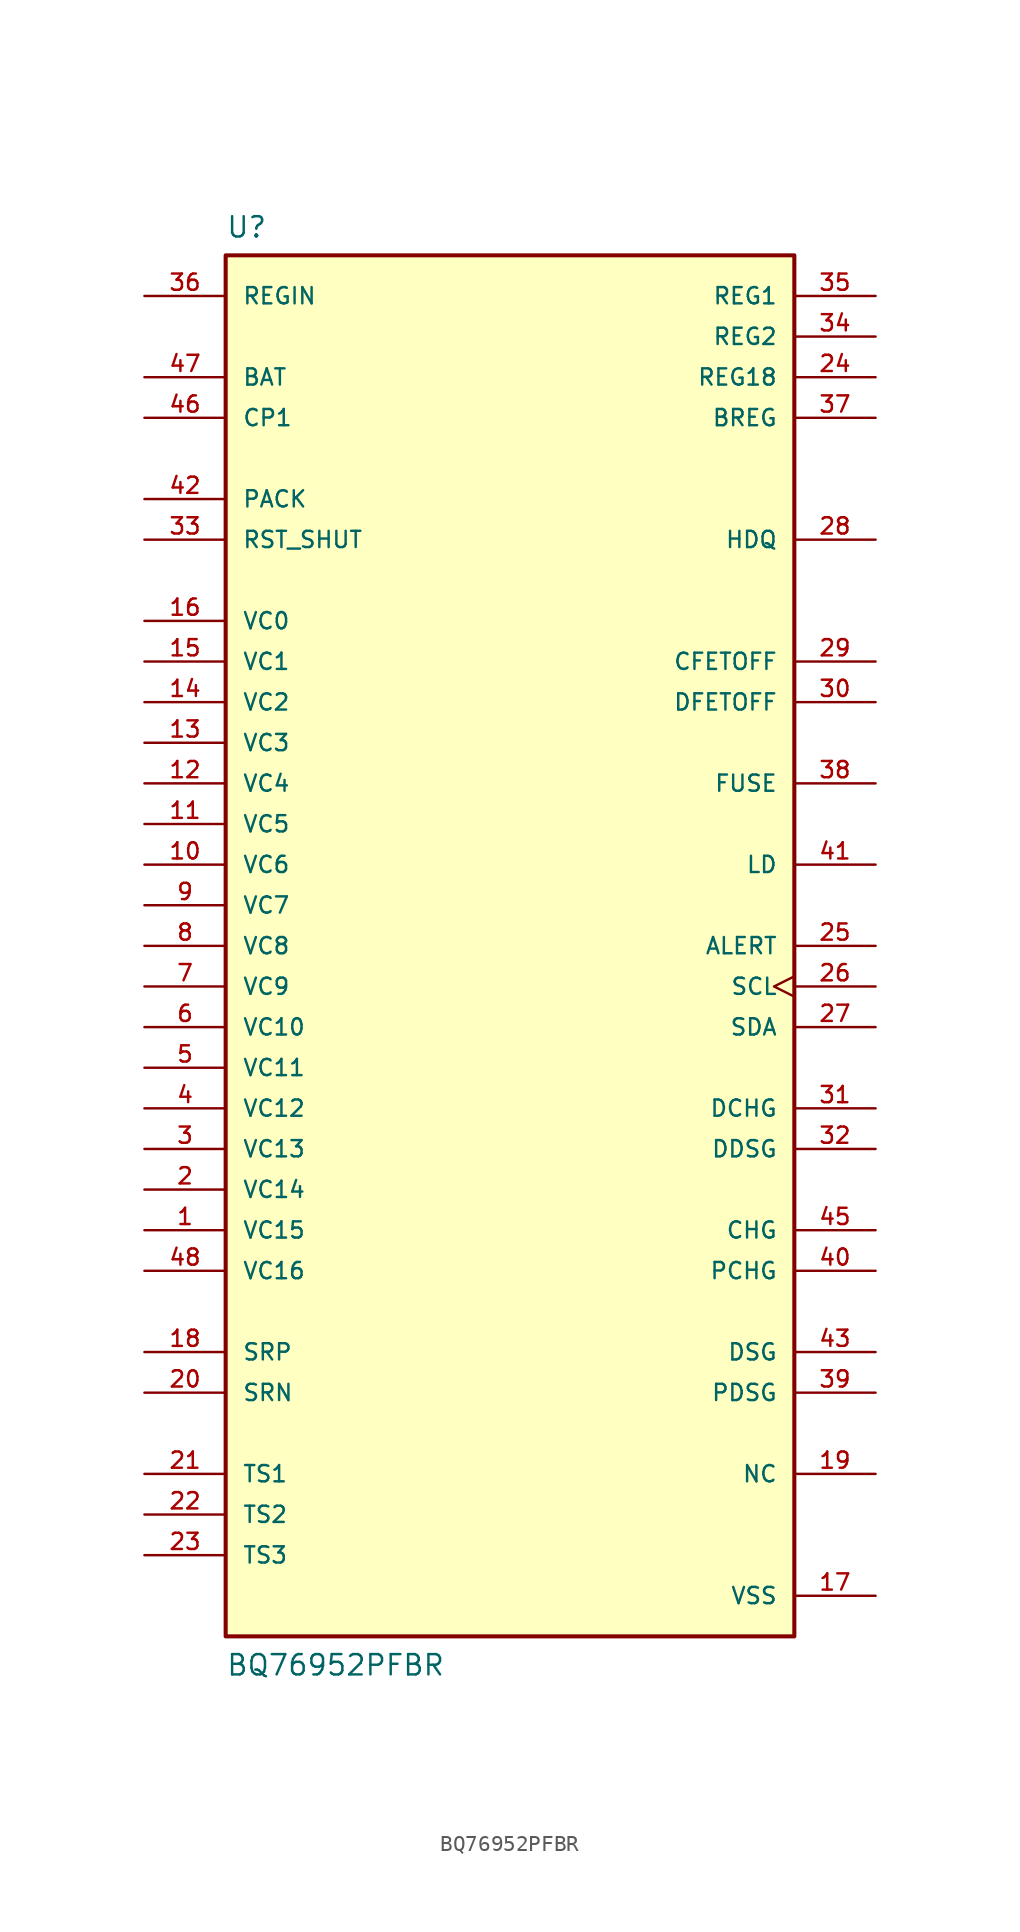
<source format=kicad_sym>
(kicad_symbol_lib
  (version 20241209)
  (generator "kicad_symbol_editor")
  (generator_version "9.0")
  (symbol "BQ76952PFBR"
    (pin_names
      (offset 1.016))
    (property "Reference" "U"
      (at -17.78 44.196 0)
      (effects (font (size 1.27 1.27)) (justify left bottom)))
    (property "Value" "BQ76952PFBR"
      (at -17.78 -45.72 0)
      (effects (font (size 1.27 1.27)) (justify left bottom)))
    (symbol "BQ76952PFBR_0_0"
      (rectangle (start -17.78 -43.18) (end 17.78 43.18) (stroke (width 0.254) (type default)) (fill (type background)))
      (pin input line (at -22.86 40.64 0) (length 5.08) (name "REGIN" (effects (font (size 1.016 1.016)))) (number "36" (effects (font (size 1.016 1.016)))))
      (pin input line (at -22.86 35.56 0) (length 5.08) (name "BAT" (effects (font (size 1.016 1.016)))) (number "47" (effects (font (size 1.016 1.016)))))
      (pin bidirectional line (at -22.86 33.02 0) (length 5.08) (name "CP1" (effects (font (size 1.016 1.016)))) (number "46" (effects (font (size 1.016 1.016)))))
      (pin input line (at -22.86 27.94 0) (length 5.08) (name "PACK" (effects (font (size 1.016 1.016)))) (number "42" (effects (font (size 1.016 1.016)))))
      (pin input line (at -22.86 25.4 0) (length 5.08) (name "RST_SHUT" (effects (font (size 1.016 1.016)))) (number "33" (effects (font (size 1.016 1.016)))))
      (pin input line (at -22.86 20.32 0) (length 5.08) (name "VC0" (effects (font (size 1.016 1.016)))) (number "16" (effects (font (size 1.016 1.016)))))
      (pin input line (at -22.86 17.78 0) (length 5.08) (name "VC1" (effects (font (size 1.016 1.016)))) (number "15" (effects (font (size 1.016 1.016)))))
      (pin input line (at -22.86 15.24 0) (length 5.08) (name "VC2" (effects (font (size 1.016 1.016)))) (number "14" (effects (font (size 1.016 1.016)))))
      (pin input line (at -22.86 12.7 0) (length 5.08) (name "VC3" (effects (font (size 1.016 1.016)))) (number "13" (effects (font (size 1.016 1.016)))))
      (pin input line (at -22.86 10.16 0) (length 5.08) (name "VC4" (effects (font (size 1.016 1.016)))) (number "12" (effects (font (size 1.016 1.016)))))
      (pin input line (at -22.86 7.62 0) (length 5.08) (name "VC5" (effects (font (size 1.016 1.016)))) (number "11" (effects (font (size 1.016 1.016)))))
      (pin input line (at -22.86 5.08 0) (length 5.08) (name "VC6" (effects (font (size 1.016 1.016)))) (number "10" (effects (font (size 1.016 1.016)))))
      (pin input line (at -22.86 2.54 0) (length 5.08) (name "VC7" (effects (font (size 1.016 1.016)))) (number "9" (effects (font (size 1.016 1.016)))))
      (pin input line (at -22.86 0 0) (length 5.08) (name "VC8" (effects (font (size 1.016 1.016)))) (number "8" (effects (font (size 1.016 1.016)))))
      (pin input line (at -22.86 -2.54 0) (length 5.08) (name "VC9" (effects (font (size 1.016 1.016)))) (number "7" (effects (font (size 1.016 1.016)))))
      (pin input line (at -22.86 -5.08 0) (length 5.08) (name "VC10" (effects (font (size 1.016 1.016)))) (number "6" (effects (font (size 1.016 1.016)))))
      (pin input line (at -22.86 -7.62 0) (length 5.08) (name "VC11" (effects (font (size 1.016 1.016)))) (number "5" (effects (font (size 1.016 1.016)))))
      (pin input line (at -22.86 -10.16 0) (length 5.08) (name "VC12" (effects (font (size 1.016 1.016)))) (number "4" (effects (font (size 1.016 1.016)))))
      (pin input line (at -22.86 -12.7 0) (length 5.08) (name "VC13" (effects (font (size 1.016 1.016)))) (number "3" (effects (font (size 1.016 1.016)))))
      (pin input line (at -22.86 -15.24 0) (length 5.08) (name "VC14" (effects (font (size 1.016 1.016)))) (number "2" (effects (font (size 1.016 1.016)))))
      (pin input line (at -22.86 -17.78 0) (length 5.08) (name "VC15" (effects (font (size 1.016 1.016)))) (number "1" (effects (font (size 1.016 1.016)))))
      (pin input line (at -22.86 -20.32 0) (length 5.08) (name "VC16" (effects (font (size 1.016 1.016)))) (number "48" (effects (font (size 1.016 1.016)))))
      (pin input line (at -22.86 -25.4 0) (length 5.08) (name "SRP" (effects (font (size 1.016 1.016)))) (number "18" (effects (font (size 1.016 1.016)))))
      (pin input line (at -22.86 -27.94 0) (length 5.08) (name "SRN" (effects (font (size 1.016 1.016)))) (number "20" (effects (font (size 1.016 1.016)))))
      (pin bidirectional line (at -22.86 -33.02 0) (length 5.08) (name "TS1" (effects (font (size 1.016 1.016)))) (number "21" (effects (font (size 1.016 1.016)))))
      (pin bidirectional line (at -22.86 -35.56 0) (length 5.08) (name "TS2" (effects (font (size 1.016 1.016)))) (number "22" (effects (font (size 1.016 1.016)))))
      (pin bidirectional line (at -22.86 -38.1 0) (length 5.08) (name "TS3" (effects (font (size 1.016 1.016)))) (number "23" (effects (font (size 1.016 1.016)))))
      (pin output line (at 22.86 40.64 180) (length 5.08) (name "REG1" (effects (font (size 1.016 1.016)))) (number "35" (effects (font (size 1.016 1.016)))))
      (pin output line (at 22.86 38.1 180) (length 5.08) (name "REG2" (effects (font (size 1.016 1.016)))) (number "34" (effects (font (size 1.016 1.016)))))
      (pin output line (at 22.86 35.56 180) (length 5.08) (name "REG18" (effects (font (size 1.016 1.016)))) (number "24" (effects (font (size 1.016 1.016)))))
      (pin output line (at 22.86 33.02 180) (length 5.08) (name "BREG" (effects (font (size 1.016 1.016)))) (number "37" (effects (font (size 1.016 1.016)))))
      (pin bidirectional line (at 22.86 25.4 180) (length 5.08) (name "HDQ" (effects (font (size 1.016 1.016)))) (number "28" (effects (font (size 1.016 1.016)))))
      (pin bidirectional line (at 22.86 17.78 180) (length 5.08) (name "CFETOFF" (effects (font (size 1.016 1.016)))) (number "29" (effects (font (size 1.016 1.016)))))
      (pin bidirectional line (at 22.86 15.24 180) (length 5.08) (name "DFETOFF" (effects (font (size 1.016 1.016)))) (number "30" (effects (font (size 1.016 1.016)))))
      (pin bidirectional line (at 22.86 10.16 180) (length 5.08) (name "FUSE" (effects (font (size 1.016 1.016)))) (number "38" (effects (font (size 1.016 1.016)))))
      (pin bidirectional line (at 22.86 5.08 180) (length 5.08) (name "LD" (effects (font (size 1.016 1.016)))) (number "41" (effects (font (size 1.016 1.016)))))
      (pin bidirectional line (at 22.86 0 180) (length 5.08) (name "ALERT" (effects (font (size 1.016 1.016)))) (number "25" (effects (font (size 1.016 1.016)))))
      (pin bidirectional clock (at 22.86 -2.54 180) (length 5.08) (name "SCL" (effects (font (size 1.016 1.016)))) (number "26" (effects (font (size 1.016 1.016)))))
      (pin bidirectional line (at 22.86 -5.08 180) (length 5.08) (name "SDA" (effects (font (size 1.016 1.016)))) (number "27" (effects (font (size 1.016 1.016)))))
      (pin bidirectional line (at 22.86 -10.16 180) (length 5.08) (name "DCHG" (effects (font (size 1.016 1.016)))) (number "31" (effects (font (size 1.016 1.016)))))
      (pin bidirectional line (at 22.86 -12.7 180) (length 5.08) (name "DDSG" (effects (font (size 1.016 1.016)))) (number "32" (effects (font (size 1.016 1.016)))))
      (pin output line (at 22.86 -17.78 180) (length 5.08) (name "CHG" (effects (font (size 1.016 1.016)))) (number "45" (effects (font (size 1.016 1.016)))))
      (pin output line (at 22.86 -20.32 180) (length 5.08) (name "PCHG" (effects (font (size 1.016 1.016)))) (number "40" (effects (font (size 1.016 1.016)))))
      (pin output line (at 22.86 -25.4 180) (length 5.08) (name "DSG" (effects (font (size 1.016 1.016)))) (number "43" (effects (font (size 1.016 1.016)))))
      (pin output line (at 22.86 -27.94 180) (length 5.08) (name "PDSG" (effects (font (size 1.016 1.016)))) (number "39" (effects (font (size 1.016 1.016)))))
      (pin passive line (at 22.86 -33.02 180) (length 5.08) (name "NC" (effects (font (size 1.016 1.016)))) (number "19" (effects (font (size 1.016 1.016)))))
      (pin passive line (at 22.86 -33.02 180) (length 5.08) (hide yes) (name "NC" (effects (font (size 1.016 1.016)))) (number "44" (effects (font (size 1.016 1.016)))))
      (pin power_in line (at 22.86 -40.64 180) (length 5.08) (name "VSS" (effects (font (size 1.016 1.016)))) (number "17" (effects (font (size 1.016 1.016))))))))
</source>
